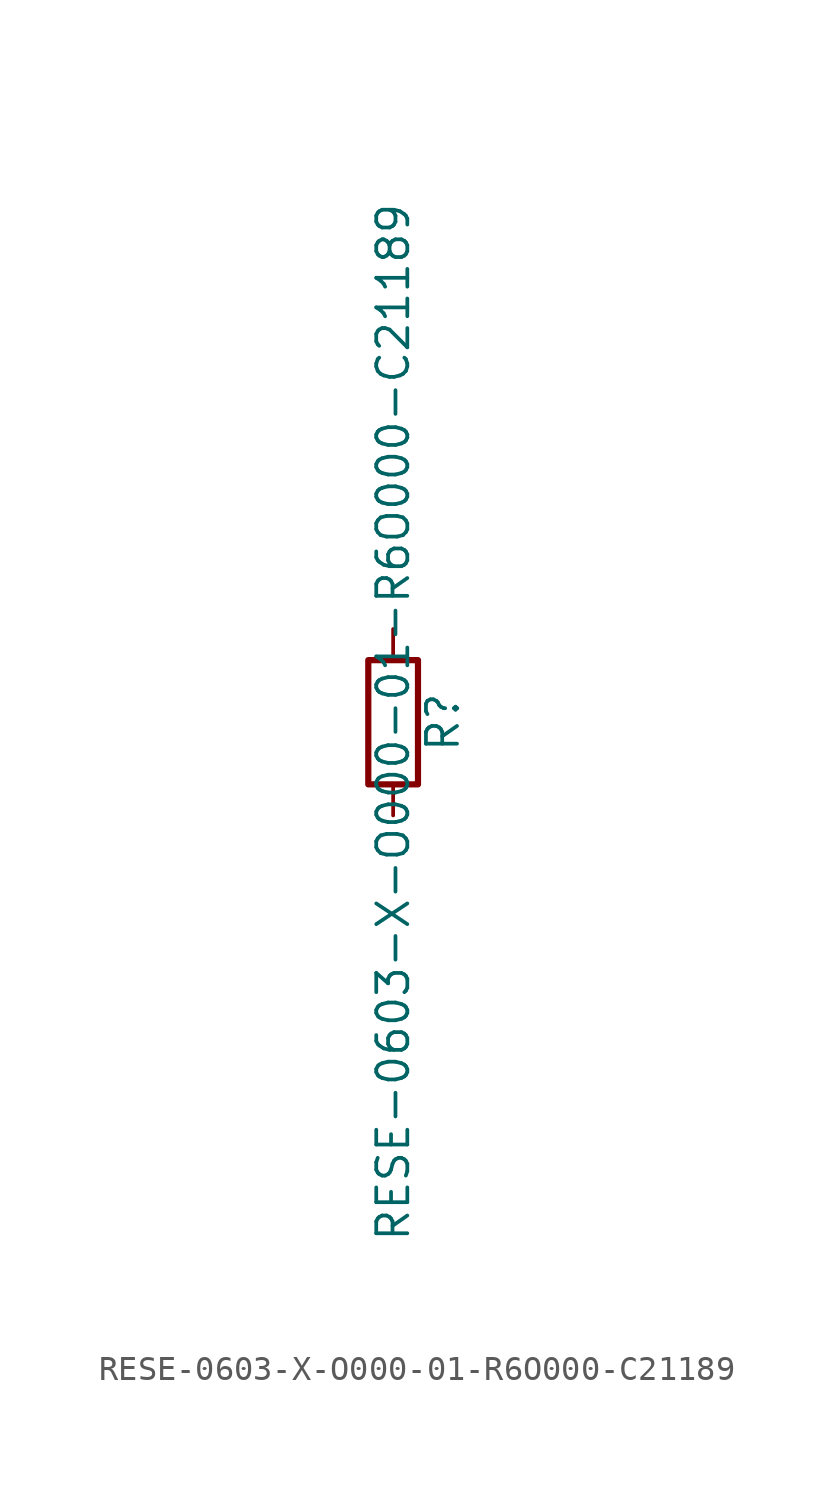
<source format=kicad_sym>
(kicad_symbol_lib
  (version 20211014)
  (generator kicad_symbol_editor)
  (symbol "RESE-0603-X-O000-01-R6O000-C21189"
    (pin_numbers hide)
    (pin_names
      (offset 0))
    (property "Reference" "R"
      (at 2.032 0 90)
      (effects (font (size 1.27 1.27))))
    (property "Value" "RESE-0603-X-O000-01-R6O000-C21189"
      (at 0 0 90)
      (effects (font (size 1.27 1.27))))
    (symbol "RESE-0603-X-O000-01-R6O000-C21189_0_1"
      (rectangle (start -1.016 -2.54) (end 1.016 2.54) (stroke (width 0.254) (type default) (color 0 0 0 0)) (fill (type none))))
    (symbol "RESE-0603-X-O000-01-R6O000-C21189_1_1"
      (pin passive line (at 0 3.81 270) (length 1.27) (name "~" (effects (font (size 1.27 1.27)))) (number "1" (effects (font (size 1.27 1.27)))))
      (pin passive line (at 0 -3.81 90) (length 1.27) (name "~" (effects (font (size 1.27 1.27)))) (number "2" (effects (font (size 1.27 1.27))))))))
</source>
